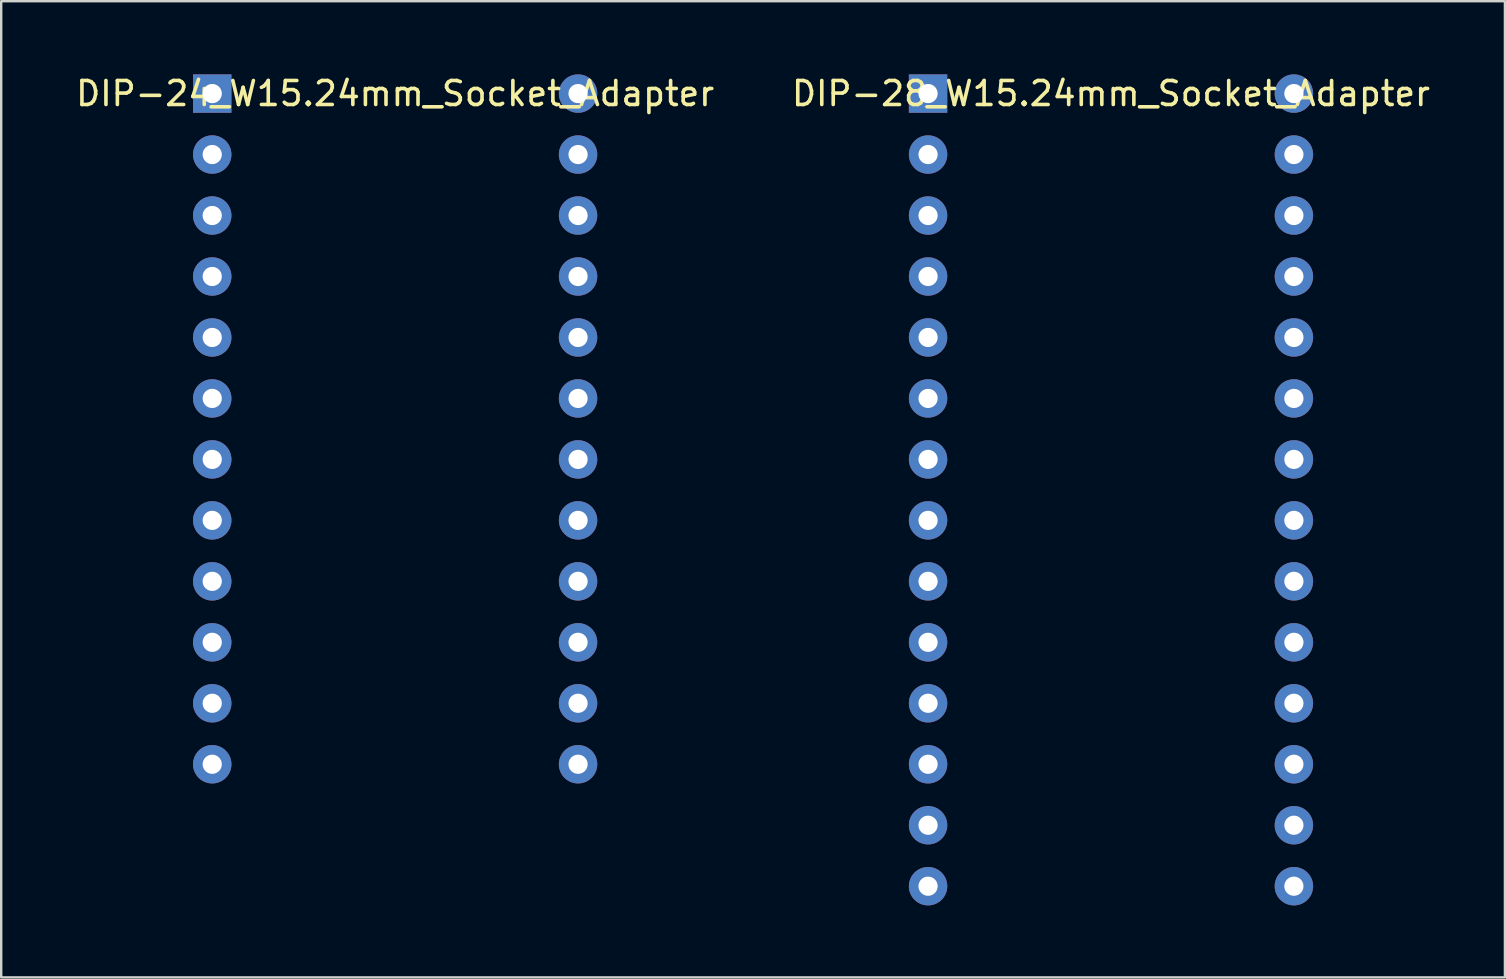
<source format=kicad_pcb>
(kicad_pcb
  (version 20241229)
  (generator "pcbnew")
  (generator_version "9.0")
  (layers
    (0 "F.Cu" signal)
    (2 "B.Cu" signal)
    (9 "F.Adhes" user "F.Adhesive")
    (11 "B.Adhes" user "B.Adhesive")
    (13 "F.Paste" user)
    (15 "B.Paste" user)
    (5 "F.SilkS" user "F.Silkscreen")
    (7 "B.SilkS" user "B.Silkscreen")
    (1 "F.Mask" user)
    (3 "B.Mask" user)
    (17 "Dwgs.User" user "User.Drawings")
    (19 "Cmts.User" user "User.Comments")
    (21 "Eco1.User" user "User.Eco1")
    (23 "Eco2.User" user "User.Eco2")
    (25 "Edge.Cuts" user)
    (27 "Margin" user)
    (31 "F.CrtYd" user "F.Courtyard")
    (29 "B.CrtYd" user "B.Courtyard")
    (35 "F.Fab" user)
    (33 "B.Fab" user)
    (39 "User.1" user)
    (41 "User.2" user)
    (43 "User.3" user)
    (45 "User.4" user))
  (footprint "DIP-24_W15.24mm_Socket_Adapter"
    (layer "F.Cu")
    (at 5.791 0.848)
    (property "Reference" "DIP-24_W15.24mm_Socket_Adapter" (at 7.62 0 0) (layer "F.SilkS") (effects (font (size 1 1) (thickness 0.15))))
    (attr through_hole)
    (pad "1" thru_hole rect (at 0 0) (size 1.6 1.6) (drill 0.8) (layers "*.Cu" "*.Mask"))
    (pad "2" thru_hole oval (at 0 2.54) (size 1.6 1.6) (drill 0.8) (layers "*.Cu" "*.Mask"))
    (pad "3" thru_hole oval (at 0 5.08) (size 1.6 1.6) (drill 0.8) (layers "*.Cu" "*.Mask"))
    (pad "4" thru_hole oval (at 0 7.62) (size 1.6 1.6) (drill 0.8) (layers "*.Cu" "*.Mask"))
    (pad "5" thru_hole oval (at 0 10.16) (size 1.6 1.6) (drill 0.8) (layers "*.Cu" "*.Mask"))
    (pad "6" thru_hole oval (at 0 12.7) (size 1.6 1.6) (drill 0.8) (layers "*.Cu" "*.Mask"))
    (pad "7" thru_hole oval (at 0 15.24) (size 1.6 1.6) (drill 0.8) (layers "*.Cu" "*.Mask"))
    (pad "8" thru_hole oval (at 0 17.78) (size 1.6 1.6) (drill 0.8) (layers "*.Cu" "*.Mask"))
    (pad "9" thru_hole oval (at 0 20.32) (size 1.6 1.6) (drill 0.8) (layers "*.Cu" "*.Mask"))
    (pad "10" thru_hole oval (at 0 22.86) (size 1.6 1.6) (drill 0.8) (layers "*.Cu" "*.Mask"))
    (pad "11" thru_hole oval (at 0 25.4) (size 1.6 1.6) (drill 0.8) (layers "*.Cu" "*.Mask"))
    (pad "12" thru_hole oval (at 0 27.94) (size 1.6 1.6) (drill 0.8) (layers "*.Cu" "*.Mask"))
    (pad "13" thru_hole oval (at 15.24 27.94) (size 1.6 1.6) (drill 0.8) (layers "*.Cu" "*.Mask"))
    (pad "14" thru_hole oval (at 15.24 25.4) (size 1.6 1.6) (drill 0.8) (layers "*.Cu" "*.Mask"))
    (pad "15" thru_hole oval (at 15.24 22.86) (size 1.6 1.6) (drill 0.8) (layers "*.Cu" "*.Mask"))
    (pad "16" thru_hole oval (at 15.24 20.32) (size 1.6 1.6) (drill 0.8) (layers "*.Cu" "*.Mask"))
    (pad "17" thru_hole oval (at 15.24 17.78) (size 1.6 1.6) (drill 0.8) (layers "*.Cu" "*.Mask"))
    (pad "18" thru_hole oval (at 15.24 15.24) (size 1.6 1.6) (drill 0.8) (layers "*.Cu" "*.Mask"))
    (pad "19" thru_hole oval (at 15.24 12.7) (size 1.6 1.6) (drill 0.8) (layers "*.Cu" "*.Mask"))
    (pad "20" thru_hole oval (at 15.24 10.16) (size 1.6 1.6) (drill 0.8) (layers "*.Cu" "*.Mask"))
    (pad "21" thru_hole oval (at 15.24 7.62) (size 1.6 1.6) (drill 0.8) (layers "*.Cu" "*.Mask"))
    (pad "22" thru_hole oval (at 15.24 5.08) (size 1.6 1.6) (drill 0.8) (layers "*.Cu" "*.Mask"))
    (pad "23" thru_hole oval (at 15.24 2.54) (size 1.6 1.6) (drill 0.8) (layers "*.Cu" "*.Mask"))
    (pad "24" thru_hole oval (at 15.24 0) (size 1.6 1.6) (drill 0.8) (layers "*.Cu" "*.Mask")))
  (footprint "DIP-28_W15.24mm_Socket_Adapter"
    (layer "F.Cu")
    (at 35.612 0.848)
    (property "Reference" "DIP-28_W15.24mm_Socket_Adapter" (at 7.62 0 0) (layer "F.SilkS") (effects (font (size 1 1) (thickness 0.15))))
    (attr through_hole)
    (pad "1" thru_hole rect (at 0 0) (size 1.6 1.6) (drill 0.8) (layers "*.Cu" "*.Mask"))
    (pad "2" thru_hole oval (at 0 2.54) (size 1.6 1.6) (drill 0.8) (layers "*.Cu" "*.Mask"))
    (pad "3" thru_hole oval (at 0 5.08) (size 1.6 1.6) (drill 0.8) (layers "*.Cu" "*.Mask"))
    (pad "4" thru_hole oval (at 0 7.62) (size 1.6 1.6) (drill 0.8) (layers "*.Cu" "*.Mask"))
    (pad "5" thru_hole oval (at 0 10.16) (size 1.6 1.6) (drill 0.8) (layers "*.Cu" "*.Mask"))
    (pad "6" thru_hole oval (at 0 12.7) (size 1.6 1.6) (drill 0.8) (layers "*.Cu" "*.Mask"))
    (pad "7" thru_hole oval (at 0 15.24) (size 1.6 1.6) (drill 0.8) (layers "*.Cu" "*.Mask"))
    (pad "8" thru_hole oval (at 0 17.78) (size 1.6 1.6) (drill 0.8) (layers "*.Cu" "*.Mask"))
    (pad "9" thru_hole oval (at 0 20.32) (size 1.6 1.6) (drill 0.8) (layers "*.Cu" "*.Mask"))
    (pad "10" thru_hole oval (at 0 22.86) (size 1.6 1.6) (drill 0.8) (layers "*.Cu" "*.Mask"))
    (pad "11" thru_hole oval (at 0 25.4) (size 1.6 1.6) (drill 0.8) (layers "*.Cu" "*.Mask"))
    (pad "12" thru_hole oval (at 0 27.94) (size 1.6 1.6) (drill 0.8) (layers "*.Cu" "*.Mask"))
    (pad "13" thru_hole oval (at 0 30.48) (size 1.6 1.6) (drill 0.8) (layers "*.Cu" "*.Mask"))
    (pad "14" thru_hole oval (at 0 33.02) (size 1.6 1.6) (drill 0.8) (layers "*.Cu" "*.Mask"))
    (pad "15" thru_hole oval (at 15.24 33.02) (size 1.6 1.6) (drill 0.8) (layers "*.Cu" "*.Mask"))
    (pad "16" thru_hole oval (at 15.24 30.48) (size 1.6 1.6) (drill 0.8) (layers "*.Cu" "*.Mask"))
    (pad "17" thru_hole oval (at 15.24 27.94) (size 1.6 1.6) (drill 0.8) (layers "*.Cu" "*.Mask"))
    (pad "18" thru_hole oval (at 15.24 25.4) (size 1.6 1.6) (drill 0.8) (layers "*.Cu" "*.Mask"))
    (pad "19" thru_hole oval (at 15.24 22.86) (size 1.6 1.6) (drill 0.8) (layers "*.Cu" "*.Mask"))
    (pad "20" thru_hole oval (at 15.24 20.32) (size 1.6 1.6) (drill 0.8) (layers "*.Cu" "*.Mask"))
    (pad "21" thru_hole oval (at 15.24 17.78) (size 1.6 1.6) (drill 0.8) (layers "*.Cu" "*.Mask"))
    (pad "22" thru_hole oval (at 15.24 15.24) (size 1.6 1.6) (drill 0.8) (layers "*.Cu" "*.Mask"))
    (pad "23" thru_hole oval (at 15.24 12.7) (size 1.6 1.6) (drill 0.8) (layers "*.Cu" "*.Mask"))
    (pad "24" thru_hole oval (at 15.24 10.16) (size 1.6 1.6) (drill 0.8) (layers "*.Cu" "*.Mask"))
    (pad "25" thru_hole oval (at 15.24 7.62) (size 1.6 1.6) (drill 0.8) (layers "*.Cu" "*.Mask"))
    (pad "26" thru_hole oval (at 15.24 5.08) (size 1.6 1.6) (drill 0.8) (layers "*.Cu" "*.Mask"))
    (pad "27" thru_hole oval (at 15.24 2.54) (size 1.6 1.6) (drill 0.8) (layers "*.Cu" "*.Mask"))
    (pad "28" thru_hole oval (at 15.24 0) (size 1.6 1.6) (drill 0.8) (layers "*.Cu" "*.Mask")))
  (gr_rect
    (start -3 -3)
    (end 59.643 37.668)
    (stroke (width 0.1) (type default))
    (fill no)
    (layer "Edge.Cuts")))
</source>
